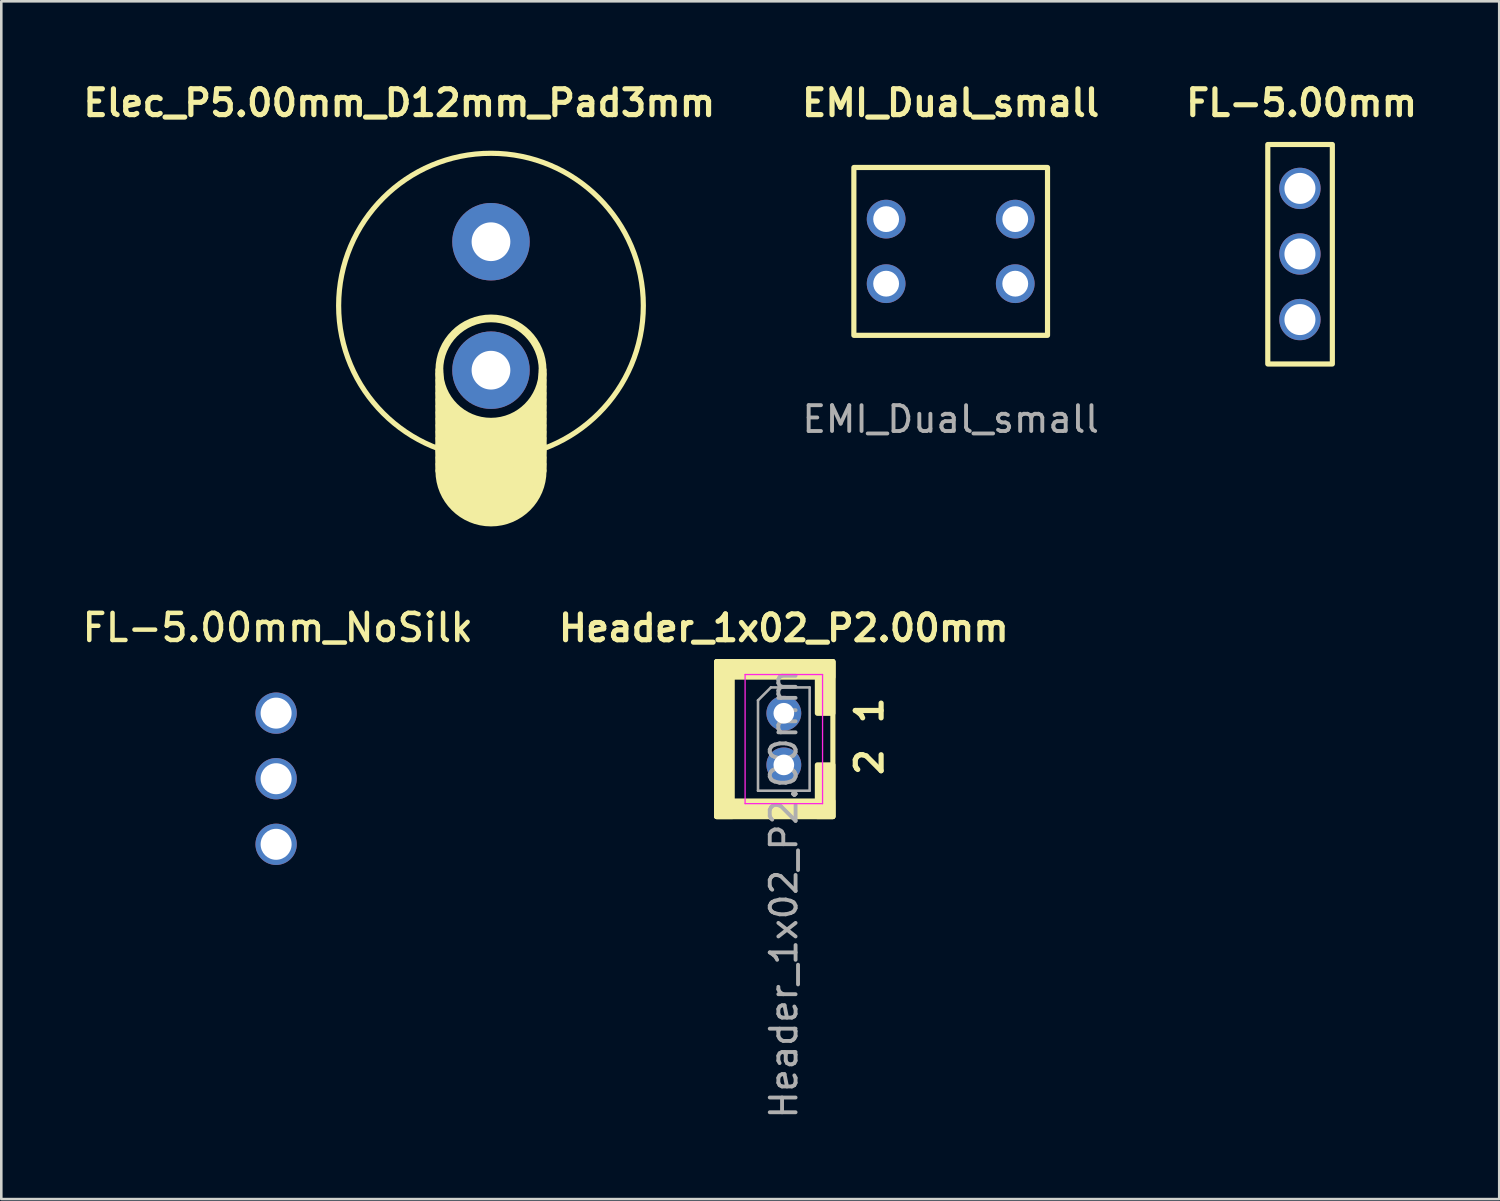
<source format=kicad_pcb>
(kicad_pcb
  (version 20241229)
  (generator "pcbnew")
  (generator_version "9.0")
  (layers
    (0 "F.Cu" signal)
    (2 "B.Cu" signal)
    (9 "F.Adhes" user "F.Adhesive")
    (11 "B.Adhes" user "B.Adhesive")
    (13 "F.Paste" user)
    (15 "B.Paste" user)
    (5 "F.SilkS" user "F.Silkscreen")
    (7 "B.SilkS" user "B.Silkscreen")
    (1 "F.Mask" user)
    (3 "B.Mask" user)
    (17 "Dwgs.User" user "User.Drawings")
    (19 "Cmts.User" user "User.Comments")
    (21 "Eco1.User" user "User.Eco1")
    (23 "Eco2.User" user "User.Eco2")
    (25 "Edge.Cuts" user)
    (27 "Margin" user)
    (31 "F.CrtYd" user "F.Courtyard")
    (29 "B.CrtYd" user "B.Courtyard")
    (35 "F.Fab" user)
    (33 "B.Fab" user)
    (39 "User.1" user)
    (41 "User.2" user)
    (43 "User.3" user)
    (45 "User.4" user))
  (footprint "Elec_P5.00mm_D12mm_Pad3mm"
    (layer "F.Cu")
    (at 15.964 8.786)
    (property "Reference" "Elec_P5.00mm_D12mm_Pad3mm" (at -3.55 -7.85 0) (layer "F.SilkS") (effects (font (size 1 1) (thickness 0.2))))
    (attr through_hole)
    (fp_line (start -2 2.495) (end -2 6.4) (stroke (width 0.3) (type default)) (layer "F.SilkS"))
    (fp_line (start 2 2.495) (end 2 6.4) (stroke (width 0.3) (type default)) (layer "F.SilkS"))
    (fp_arc (start 2.000006 2.649988) (mid 0 4.649994) (end -2.000006 2.649988) (stroke (width 0.3) (type default)) (layer "F.SilkS"))
    (fp_arc (start 2.000006 2.899988) (mid 0 4.899994) (end -2.000006 2.899988) (stroke (width 0.3) (type default)) (layer "F.SilkS"))
    (fp_arc (start 2.000006 3.149988) (mid 0 5.149994) (end -2.000006 3.149988) (stroke (width 0.3) (type default)) (layer "F.SilkS"))
    (fp_arc (start 2.000006 3.399988) (mid 0 5.399994) (end -2.000006 3.399988) (stroke (width 0.3) (type default)) (layer "F.SilkS"))
    (fp_arc (start 2.000006 3.649988) (mid 0 5.649994) (end -2.000006 3.649988) (stroke (width 0.3) (type default)) (layer "F.SilkS"))
    (fp_arc (start 2.000006 3.899988) (mid 0 5.899994) (end -2.000006 3.899988) (stroke (width 0.3) (type default)) (layer "F.SilkS"))
    (fp_arc (start 2.000006 4.149988) (mid 0 6.149994) (end -2.000006 4.149988) (stroke (width 0.3) (type default)) (layer "F.SilkS"))
    (fp_arc (start 2.000006 4.399988) (mid 0 6.399994) (end -2.000006 4.399988) (stroke (width 0.3) (type default)) (layer "F.SilkS"))
    (fp_arc (start 2.000006 4.649994) (mid 0 6.65) (end -2.000006 4.649994) (stroke (width 0.3) (type default)) (layer "F.SilkS"))
    (fp_arc (start 2.000006 4.899994) (mid 0 6.9) (end -2.000006 4.899994) (stroke (width 0.3) (type default)) (layer "F.SilkS"))
    (fp_arc (start 2.000006 5.149994) (mid 0 7.15) (end -2.000006 5.149994) (stroke (width 0.3) (type default)) (layer "F.SilkS"))
    (fp_arc (start 2.000006 5.399994) (mid 0 7.4) (end -2.000006 5.399994) (stroke (width 0.3) (type default)) (layer "F.SilkS"))
    (fp_arc (start 2.000006 5.649994) (mid 0 7.65) (end -2.000006 5.649994) (stroke (width 0.3) (type default)) (layer "F.SilkS"))
    (fp_arc (start 2.000006 5.899994) (mid 0 7.9) (end -2.000006 5.899994) (stroke (width 0.3) (type default)) (layer "F.SilkS"))
    (fp_arc (start 2.000006 6.149994) (mid 0 8.15) (end -2.000006 6.149994) (stroke (width 0.3) (type default)) (layer "F.SilkS"))
    (fp_arc (start 2.000006 6.399994) (mid 0 8.4) (end -2.000006 6.399994) (stroke (width 0.3) (type default)) (layer "F.SilkS"))
    (fp_circle (center 0 0) (end 5.9 0) (stroke (width 0.2) (type default)) (fill no) (layer "F.SilkS"))
    (fp_circle (center 0 2.495) (end 2 2.5) (stroke (width 0.3) (type solid)) (fill no) (layer "F.SilkS"))
    (pad "1" thru_hole circle (at 0 -2.475) (size 3 3) (drill 1.5) (layers "*.Cu" "*.Mask"))
    (pad "2" thru_hole circle (at 0 2.5) (size 3 3) (drill 1.5) (layers "*.Cu" "*.Mask")))
  (footprint "FL-5.00mm"
    (layer "F.Cu")
    (at 47.447 6.596)
    (property "Reference" "FL-5.00mm" (at -0.09 -5.66 0) (layer "F.SilkS") (effects (font (size 1 1) (thickness 0.2) (bold yes))))
    (attr through_hole)
    (fp_rect (start -1.4 -4.05) (end 1.1 4.45) (stroke (width 0.2) (type default)) (fill no) (layer "F.SilkS"))
    (pad "1" thru_hole circle (at -0.155 -2.35 180) (size 1.6 1.6) (drill 1.2) (layers "*.Cu" "*.Mask"))
    (pad "2" thru_hole circle (at -0.155 0.19 180) (size 1.6 1.6) (drill 1.2) (layers "*.Cu" "*.Mask"))
    (pad "3" thru_hole circle (at -0.155 2.73 180) (size 1.6 1.6) (drill 1.2) (layers "*.Cu" "*.Mask")))
  (footprint "FL-5.00mm_NoSilk"
    (layer "F.Cu")
    (at 7.798 26.917)
    (property "Reference" "FL-5.00mm_NoSilk" (at -0.09 -5.66 0) (layer "F.SilkS") (effects (font (size 1.05 1.05) (thickness 0.175) (bold yes))))
    (attr through_hole)
    (pad "1" thru_hole circle (at -0.155 -2.35 180) (size 1.6 1.6) (drill 1.2) (layers "*.Cu" "*.Mask"))
    (pad "2" thru_hole circle (at -0.155 0.19 180) (size 1.6 1.6) (drill 1.2) (layers "*.Cu" "*.Mask"))
    (pad "3" thru_hole circle (at -0.155 2.73 180) (size 1.6 1.6) (drill 1.2) (layers "*.Cu" "*.Mask")))
  (footprint "EMI_Dual_small"
    (layer "F.Cu")
    (at 33.767 6.686)
    (property "Reference" "EMI_Dual_small" (at 0 -5.75 0) (unlocked yes) (layer "F.SilkS") (effects (font (size 1 1) (thickness 0.2) (bold yes))))
    (attr through_hole)
    (fp_rect (start -3.75 -3.25) (end 3.75 3.25) (stroke (width 0.2) (type default)) (fill no) (layer "F.SilkS"))
    (fp_text user "${REFERENCE}" (at 0 6.5 0) (unlocked yes) (layer "F.Fab") (effects (font (size 1 1) (thickness 0.15))))
    (pad "1" thru_hole circle (at -2.5 -1.25) (size 1.5 1.5) (drill 1) (layers "*.Cu" "*.Mask"))
    (pad "2" thru_hole circle (at 2.5 -1.25) (size 1.5 1.5) (drill 1) (layers "*.Cu" "*.Mask"))
    (pad "3" thru_hole circle (at -2.5 1.25) (size 1.5 1.5) (drill 1) (layers "*.Cu" "*.Mask"))
    (pad "4" thru_hole circle (at 2.5 1.25) (size 1.5 1.5) (drill 1) (layers "*.Cu" "*.Mask")))
  (footprint "Header_1x02_P2.00mm"
    (layer "F.Cu")
    (at 27.305 24.572)
    (property "Reference" "Header_1x02_P2.00mm" (at 0 -3.3 0) (layer "F.SilkS") (effects (font (size 1 1) (thickness 0.2) (bold yes))))
    (attr through_hole)
    (fp_rect (start -2.6 -2) (end -2 4) (stroke (width 0.2) (type solid)) (fill yes) (layer "F.SilkS"))
    (fp_rect (start -2.6 -2) (end 1.9 4) (stroke (width 0.2) (type default)) (fill no) (layer "F.SilkS"))
    (fp_rect (start -2.6 -1.4) (end 1.9 -2) (stroke (width 0.2) (type solid)) (fill yes) (layer "F.SilkS"))
    (fp_rect (start -2.6 4) (end 1.9 3.4) (stroke (width 0.2) (type solid)) (fill yes) (layer "F.SilkS"))
    (fp_rect (start 1.3 -2) (end 1.9 0) (stroke (width 0.2) (type solid)) (fill yes) (layer "F.SilkS"))
    (fp_rect (start 1.3 2) (end 1.9 4) (stroke (width 0.2) (type solid)) (fill yes) (layer "F.SilkS"))
    (fp_line (start -1.5 -1.5) (end -1.5 3.5) (stroke (width 0.05) (type solid)) (layer "F.CrtYd"))
    (fp_line (start -1.5 3.5) (end 1.5 3.5) (stroke (width 0.05) (type solid)) (layer "F.CrtYd"))
    (fp_line (start 1.5 -1.5) (end -1.5 -1.5) (stroke (width 0.05) (type solid)) (layer "F.CrtYd"))
    (fp_line (start 1.5 3.5) (end 1.5 -1.5) (stroke (width 0.05) (type solid)) (layer "F.CrtYd"))
    (fp_line (start -1 -0.5) (end -0.5 -1) (stroke (width 0.1) (type solid)) (layer "F.Fab"))
    (fp_line (start -1 3) (end -1 -0.5) (stroke (width 0.1) (type solid)) (layer "F.Fab"))
    (fp_line (start -0.5 -1) (end 1 -1) (stroke (width 0.1) (type solid)) (layer "F.Fab"))
    (fp_line (start 1 -1) (end 1 3) (stroke (width 0.1) (type solid)) (layer "F.Fab"))
    (fp_line (start 1 3) (end -1 3) (stroke (width 0.1) (type solid)) (layer "F.Fab"))
    (fp_text user "2" (at 3.9 2.5 90) (unlocked yes) (layer "F.SilkS") (effects (font (size 1 1) (thickness 0.2) (bold yes)) (justify left bottom)))
    (fp_text user "1" (at 3.9 0.5 90) (unlocked yes) (layer "F.SilkS") (effects (font (size 1 1) (thickness 0.2) (bold yes)) (justify left bottom)))
    (fp_text user "${REFERENCE}" (at 0 7 90) (layer "F.Fab") (effects (font (size 1 1) (thickness 0.15))))
    (pad "1" thru_hole oval (at 0 0) (size 1.35 1.35) (drill 0.8) (layers "*.Cu" "*.Mask"))
    (pad "2" thru_hole oval (at 0 2) (size 1.35 1.35) (drill 0.8) (layers "*.Cu" "*.Mask")))
  (gr_rect
    (start -3 -3)
    (end 55.01 43.387)
    (stroke (width 0.1) (type default))
    (fill no)
    (layer "Edge.Cuts")))
</source>
